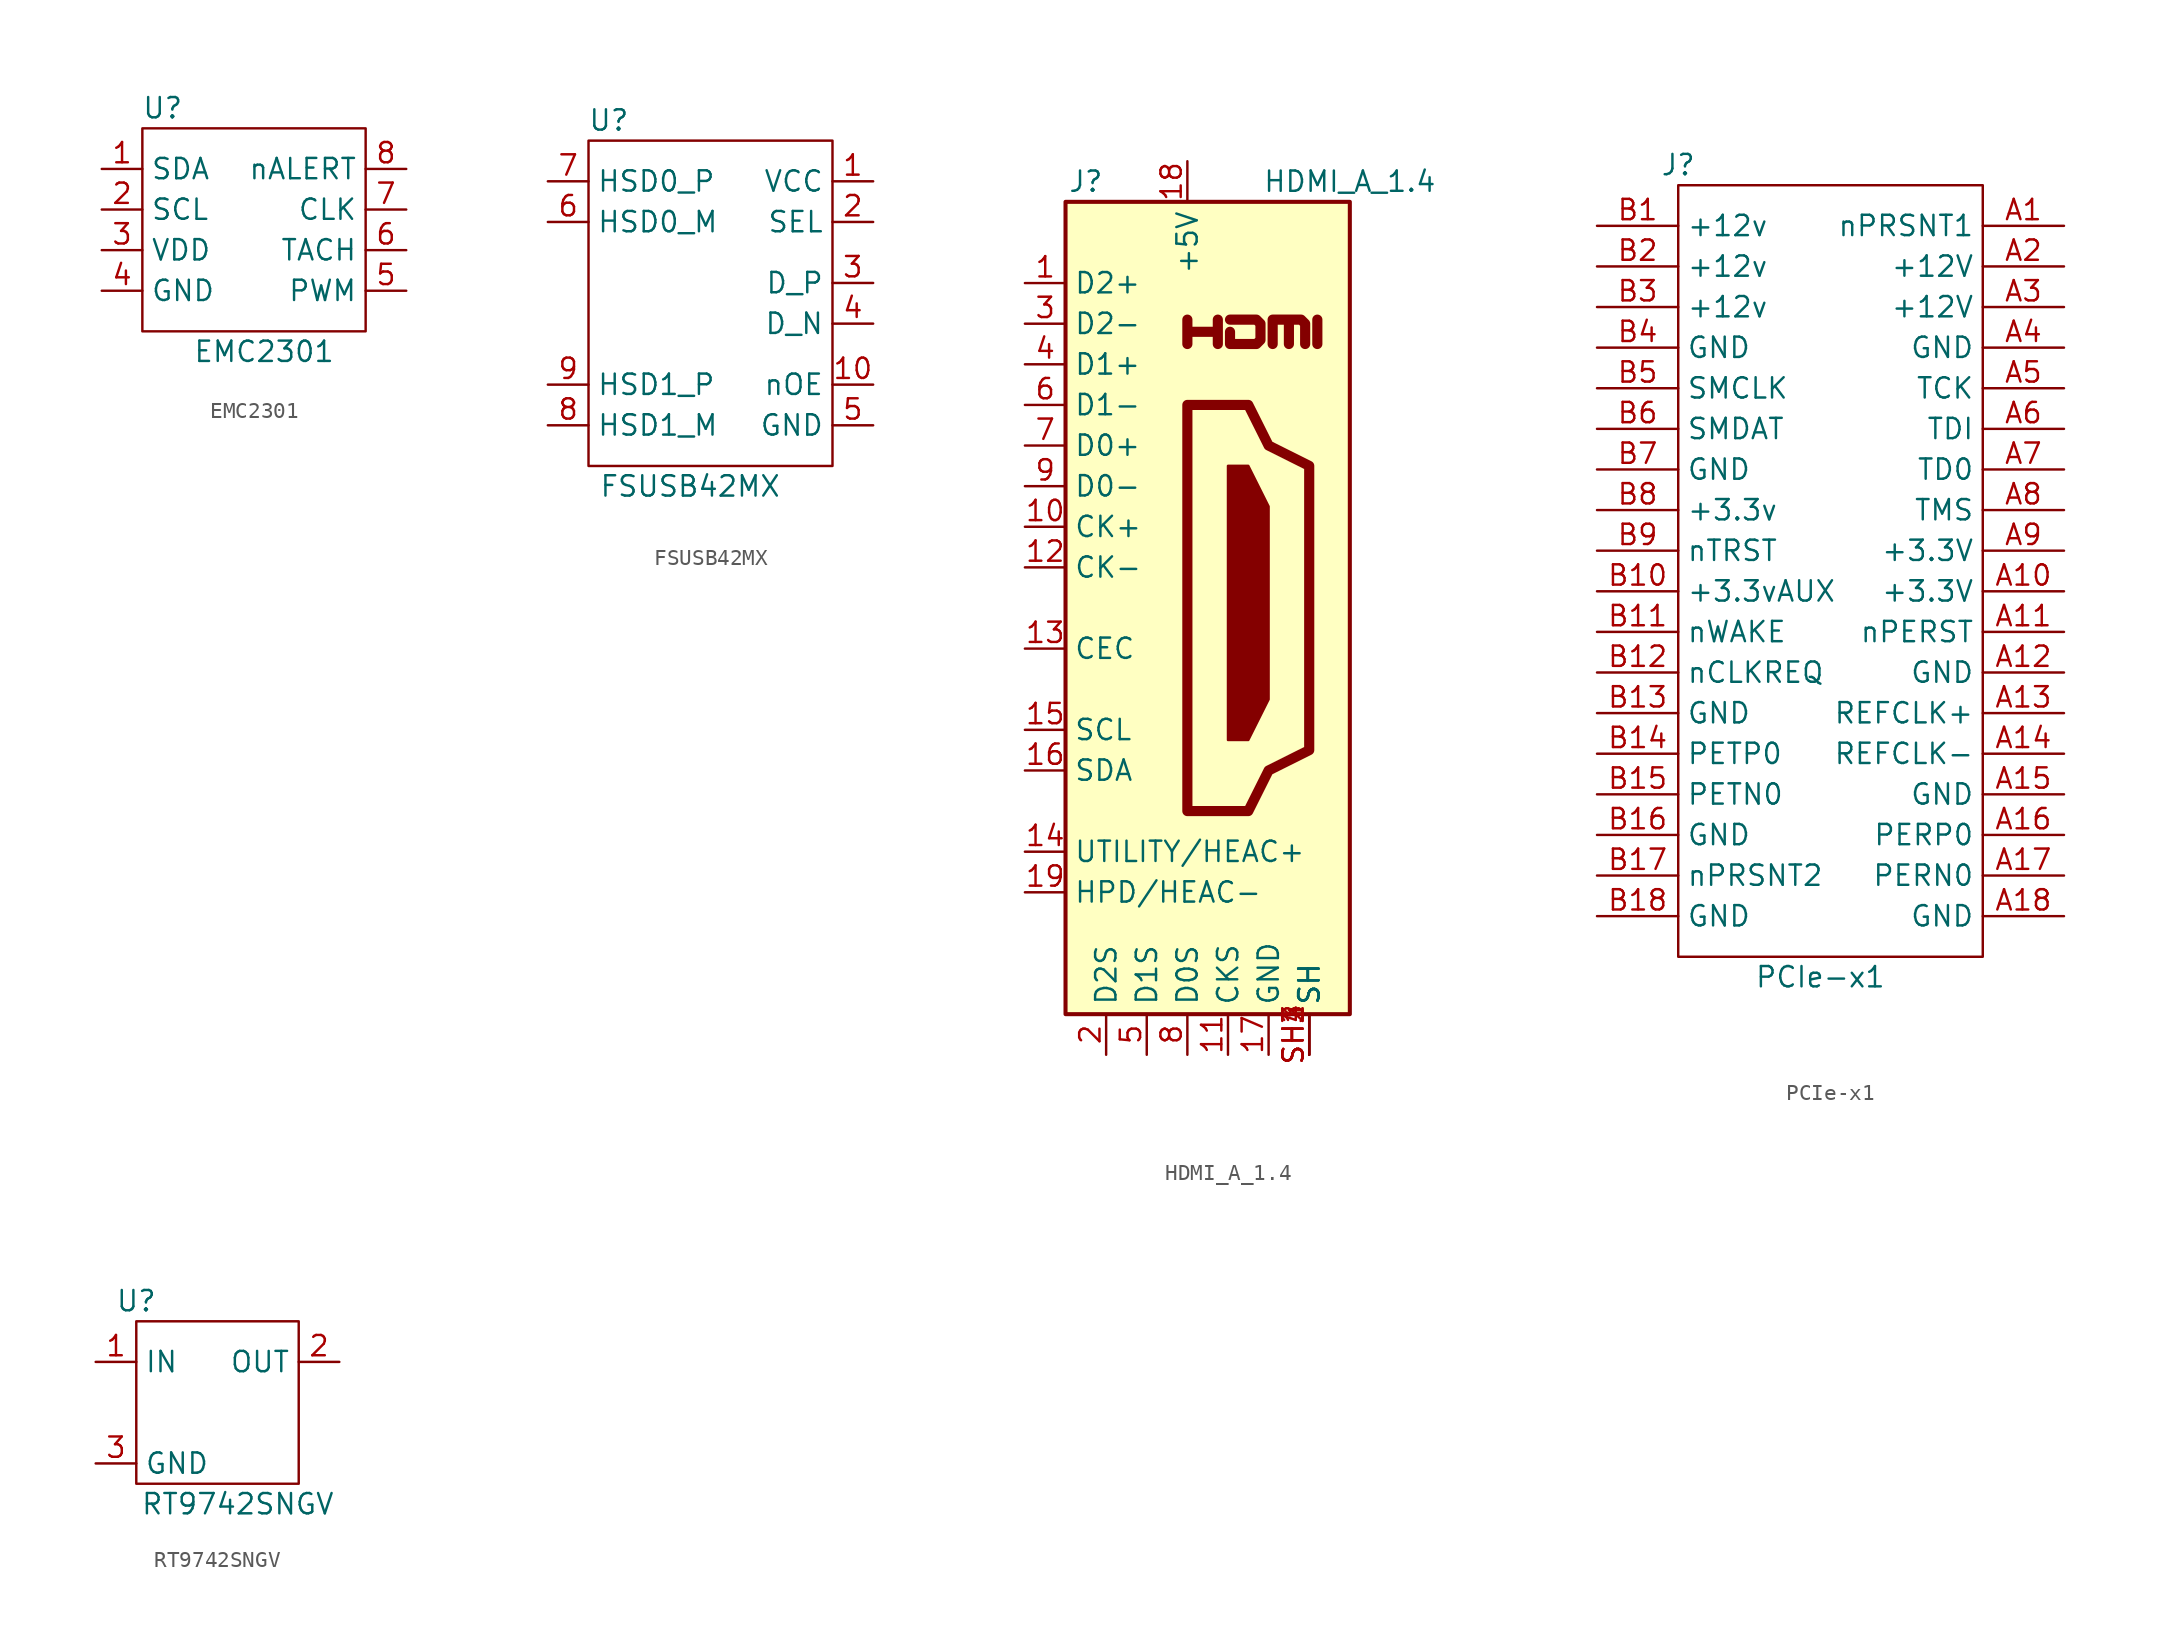
<source format=kicad_sym>
(kicad_symbol_lib
  (version 20201005)
  (generator kicad_symbol_editor)
  (symbol "AP3500:EMC2301"
    (property "Reference" "U"
      (at -7.62 13.97 0)
      (effects (font (size 1.27 1.27))))
    (property "Value" "EMC2301"
      (at -1.27 -1.27 0)
      (effects (font (size 1.27 1.27))))
    (symbol "EMC2301_0_1"
      (rectangle (start -8.89 12.7) (end 5.08 0) (stroke (width 0)) (fill (type none))))
    (symbol "EMC2301_0_0"
      (pin open_collector line (at -11.43 10.16 0) (length 2.54) (name "SDA" (effects (font (size 1.27 1.27)))) (number "1" (effects (font (size 1.27 1.27)))))
      (pin open_collector line (at -11.43 7.62 0) (length 2.54) (name "SCL" (effects (font (size 1.27 1.27)))) (number "2" (effects (font (size 1.27 1.27)))))
      (pin power_in line (at -11.43 5.08 0) (length 2.54) (name "VDD" (effects (font (size 1.27 1.27)))) (number "3" (effects (font (size 1.27 1.27)))))
      (pin power_in line (at -11.43 2.54 0) (length 2.54) (name "GND" (effects (font (size 1.27 1.27)))) (number "4" (effects (font (size 1.27 1.27)))))
      (pin output line (at 7.62 2.54 180) (length 2.54) (name "PWM" (effects (font (size 1.27 1.27)))) (number "5" (effects (font (size 1.27 1.27)))))
      (pin input line (at 7.62 5.08 180) (length 2.54) (name "TACH" (effects (font (size 1.27 1.27)))) (number "6" (effects (font (size 1.27 1.27)))))
      (pin input line (at 7.62 7.62 180) (length 2.54) (name "CLK" (effects (font (size 1.27 1.27)))) (number "7" (effects (font (size 1.27 1.27)))))
      (pin open_collector line (at 7.62 10.16 180) (length 2.54) (name "nALERT" (effects (font (size 1.27 1.27)))) (number "8" (effects (font (size 1.27 1.27)))))))
  (symbol "AP3500:FSUSB42MX"
    (property "Reference" "U"
      (at -7.62 20.32 0)
      (effects (font (size 1.27 1.27))))
    (property "Value" "FSUSB42MX"
      (at -2.54 -2.54 0)
      (effects (font (size 1.27 1.27))))
    (symbol "FSUSB42MX_0_1"
      (rectangle (start -8.89 19.05) (end 6.35 -1.27) (stroke (width 0)) (fill (type none))))
    (symbol "FSUSB42MX_0_0"
      (pin power_in line (at 8.89 16.51 180) (length 2.54) (name "VCC" (effects (font (size 1.27 1.27)))) (number "1" (effects (font (size 1.27 1.27)))))
      (pin input line (at 8.89 3.81 180) (length 2.54) (name "nOE" (effects (font (size 1.27 1.27)))) (number "10" (effects (font (size 1.27 1.27)))))
      (pin input line (at 8.89 13.97 180) (length 2.54) (name "SEL" (effects (font (size 1.27 1.27)))) (number "2" (effects (font (size 1.27 1.27)))))
      (pin bidirectional line (at 8.89 10.16 180) (length 2.54) (name "D_P" (effects (font (size 1.27 1.27)))) (number "3" (effects (font (size 1.27 1.27)))))
      (pin bidirectional line (at 8.89 7.62 180) (length 2.54) (name "D_N" (effects (font (size 1.27 1.27)))) (number "4" (effects (font (size 1.27 1.27)))))
      (pin power_in line (at 8.89 1.27 180) (length 2.54) (name "GND" (effects (font (size 1.27 1.27)))) (number "5" (effects (font (size 1.27 1.27)))))
      (pin bidirectional line (at -11.43 13.97 0) (length 2.54) (name "HSD0_M" (effects (font (size 1.27 1.27)))) (number "6" (effects (font (size 1.27 1.27)))))
      (pin bidirectional line (at -11.43 16.51 0) (length 2.54) (name "HSD0_P" (effects (font (size 1.27 1.27)))) (number "7" (effects (font (size 1.27 1.27)))))
      (pin bidirectional line (at -11.43 1.27 0) (length 2.54) (name "HSD1_M" (effects (font (size 1.27 1.27)))) (number "8" (effects (font (size 1.27 1.27)))))
      (pin bidirectional line (at -11.43 3.81 0) (length 2.54) (name "HSD1_P" (effects (font (size 1.27 1.27)))) (number "9" (effects (font (size 1.27 1.27)))))))
  (symbol "AP3500:HDMI_A_1.4"
    (property "Reference" "J"
      (at -6.35 26.67 0)
      (effects (font (size 1.27 1.27))))
    (property "Value" "HDMI_A_1.4"
      (at 10.16 26.67 0)
      (effects (font (size 1.27 1.27))))
    (symbol "HDMI_A_1.4_0_1"
      (rectangle (start -7.62 25.4) (end 10.16 -25.4) (stroke (width 0.254)) (fill (type background)))
      (polyline (pts (xy 2.54 8.89) (xy 3.81 8.89) (xy 5.08 6.35) (xy 5.08 -5.715) (xy 3.81 -8.255) (xy 2.54 -8.255) (xy 2.54 8.89)) (stroke (width 0)) (fill (type outline)))
      (polyline (pts (xy 5.334 16.51) (xy 5.334 18.034) (xy 6.35 18.034) (xy 6.35 16.51) (xy 6.35 18.034) (xy 7.112 18.034) (xy 7.366 17.78) (xy 7.366 16.51)) (stroke (width 0.635)) (fill (type none)))
      (polyline (pts (xy 0 12.7) (xy 0 -12.7) (xy 3.81 -12.7) (xy 5.08 -10.16) (xy 7.62 -8.89) (xy 7.62 8.89) (xy 5.08 10.16) (xy 3.81 12.7) (xy 0 12.7)) (stroke (width 0.635)) (fill (type none))))
    (symbol "HDMI_A_1.4_0_0"
      (polyline (pts (xy 8.128 16.51) (xy 8.128 18.034)) (stroke (width 0.635)) (fill (type none)))
      (polyline (pts (xy 0 16.51) (xy 0 18.034) (xy 0 17.272) (xy 1.905 17.272) (xy 1.905 18.034) (xy 1.905 16.51)) (stroke (width 0.635)) (fill (type none)))
      (polyline (pts (xy 2.667 18.034) (xy 4.318 18.034) (xy 4.572 17.78) (xy 4.572 16.764) (xy 4.318 16.51) (xy 2.667 16.51) (xy 2.667 17.272)) (stroke (width 0.635)) (fill (type none)))
      (pin passive line (at 7.62 -27.94 90) (length 2.54) (name "SH" (effects (font (size 1.27 1.27)))) (number "SH2" (effects (font (size 1.27 1.27)))))
      (pin passive line (at 7.62 -27.94 90) (length 2.54) (name "SH" (effects (font (size 1.27 1.27)))) (number "SH3" (effects (font (size 1.27 1.27)))))
      (pin passive line (at 7.62 -27.94 90) (length 2.54) (name "SH" (effects (font (size 1.27 1.27)))) (number "SH4" (effects (font (size 1.27 1.27))))))
    (symbol "HDMI_A_1.4_1_1"
      (pin passive line (at -10.16 20.32 0) (length 2.54) (name "D2+" (effects (font (size 1.27 1.27)))) (number "1" (effects (font (size 1.27 1.27)))))
      (pin passive line (at -10.16 5.08 0) (length 2.54) (name "CK+" (effects (font (size 1.27 1.27)))) (number "10" (effects (font (size 1.27 1.27)))))
      (pin power_in line (at 2.54 -27.94 90) (length 2.54) (name "CKS" (effects (font (size 1.27 1.27)))) (number "11" (effects (font (size 1.27 1.27)))))
      (pin passive line (at -10.16 2.54 0) (length 2.54) (name "CK-" (effects (font (size 1.27 1.27)))) (number "12" (effects (font (size 1.27 1.27)))))
      (pin bidirectional line (at -10.16 -2.54 0) (length 2.54) (name "CEC" (effects (font (size 1.27 1.27)))) (number "13" (effects (font (size 1.27 1.27)))))
      (pin passive line (at -10.16 -15.24 0) (length 2.54) (name "UTILITY/HEAC+" (effects (font (size 1.27 1.27)))) (number "14" (effects (font (size 1.27 1.27)))))
      (pin passive line (at -10.16 -7.62 0) (length 2.54) (name "SCL" (effects (font (size 1.27 1.27)))) (number "15" (effects (font (size 1.27 1.27)))))
      (pin bidirectional line (at -10.16 -10.16 0) (length 2.54) (name "SDA" (effects (font (size 1.27 1.27)))) (number "16" (effects (font (size 1.27 1.27)))))
      (pin power_in line (at 5.08 -27.94 90) (length 2.54) (name "GND" (effects (font (size 1.27 1.27)))) (number "17" (effects (font (size 1.27 1.27)))))
      (pin power_in line (at 0 27.94 270) (length 2.54) (name "+5V" (effects (font (size 1.27 1.27)))) (number "18" (effects (font (size 1.27 1.27)))))
      (pin passive line (at -10.16 -17.78 0) (length 2.54) (name "HPD/HEAC-" (effects (font (size 1.27 1.27)))) (number "19" (effects (font (size 1.27 1.27)))))
      (pin power_in line (at -5.08 -27.94 90) (length 2.54) (name "D2S" (effects (font (size 1.27 1.27)))) (number "2" (effects (font (size 1.27 1.27)))))
      (pin passive line (at -10.16 17.78 0) (length 2.54) (name "D2-" (effects (font (size 1.27 1.27)))) (number "3" (effects (font (size 1.27 1.27)))))
      (pin passive line (at -10.16 15.24 0) (length 2.54) (name "D1+" (effects (font (size 1.27 1.27)))) (number "4" (effects (font (size 1.27 1.27)))))
      (pin power_in line (at -2.54 -27.94 90) (length 2.54) (name "D1S" (effects (font (size 1.27 1.27)))) (number "5" (effects (font (size 1.27 1.27)))))
      (pin passive line (at -10.16 12.7 0) (length 2.54) (name "D1-" (effects (font (size 1.27 1.27)))) (number "6" (effects (font (size 1.27 1.27)))))
      (pin passive line (at -10.16 10.16 0) (length 2.54) (name "D0+" (effects (font (size 1.27 1.27)))) (number "7" (effects (font (size 1.27 1.27)))))
      (pin power_in line (at 0 -27.94 90) (length 2.54) (name "D0S" (effects (font (size 1.27 1.27)))) (number "8" (effects (font (size 1.27 1.27)))))
      (pin passive line (at -10.16 7.62 0) (length 2.54) (name "D0-" (effects (font (size 1.27 1.27)))) (number "9" (effects (font (size 1.27 1.27)))))
      (pin passive line (at 7.62 -27.94 90) (length 2.54) (name "SH" (effects (font (size 1.27 1.27)))) (number "SH1" (effects (font (size 1.27 1.27)))))))
  (symbol "AP3500:PCIe-x1"
    (property "Reference" "J"
      (at -13.97 36.83 0)
      (effects (font (size 1.27 1.27))))
    (property "Value" "PCIe-x1"
      (at -5.08 -13.97 0)
      (effects (font (size 1.27 1.27))))
    (symbol "PCIe-x1_0_1"
      (rectangle (start -13.97 35.56) (end 5.08 -12.7) (stroke (width 0)) (fill (type none))))
    (symbol "PCIe-x1_0_0"
      (pin passive line (at 10.16 33.02 180) (length 5.08) (name "nPRSNT1" (effects (font (size 1.27 1.27)))) (number "A1" (effects (font (size 1.27 1.27)))))
      (pin power_in line (at 10.16 10.16 180) (length 5.08) (name "+3.3V" (effects (font (size 1.27 1.27)))) (number "A10" (effects (font (size 1.27 1.27)))))
      (pin input line (at 10.16 7.62 180) (length 5.08) (name "nPERST" (effects (font (size 1.27 1.27)))) (number "A11" (effects (font (size 1.27 1.27)))))
      (pin power_in line (at 10.16 5.08 180) (length 5.08) (name "GND" (effects (font (size 1.27 1.27)))) (number "A12" (effects (font (size 1.27 1.27)))))
      (pin input line (at 10.16 2.54 180) (length 5.08) (name "REFCLK+" (effects (font (size 1.27 1.27)))) (number "A13" (effects (font (size 1.27 1.27)))))
      (pin input line (at 10.16 0 180) (length 5.08) (name "REFCLK-" (effects (font (size 1.27 1.27)))) (number "A14" (effects (font (size 1.27 1.27)))))
      (pin power_in line (at 10.16 -2.54 180) (length 5.08) (name "GND" (effects (font (size 1.27 1.27)))) (number "A15" (effects (font (size 1.27 1.27)))))
      (pin output line (at 10.16 -5.08 180) (length 5.08) (name "PERP0" (effects (font (size 1.27 1.27)))) (number "A16" (effects (font (size 1.27 1.27)))))
      (pin output line (at 10.16 -7.62 180) (length 5.08) (name "PERN0" (effects (font (size 1.27 1.27)))) (number "A17" (effects (font (size 1.27 1.27)))))
      (pin power_in line (at 10.16 -10.16 180) (length 5.08) (name "GND" (effects (font (size 1.27 1.27)))) (number "A18" (effects (font (size 1.27 1.27)))))
      (pin power_in line (at 10.16 30.48 180) (length 5.08) (name "+12V" (effects (font (size 1.27 1.27)))) (number "A2" (effects (font (size 1.27 1.27)))))
      (pin power_in line (at 10.16 27.94 180) (length 5.08) (name "+12V" (effects (font (size 1.27 1.27)))) (number "A3" (effects (font (size 1.27 1.27)))))
      (pin power_in line (at 10.16 25.4 180) (length 5.08) (name "GND" (effects (font (size 1.27 1.27)))) (number "A4" (effects (font (size 1.27 1.27)))))
      (pin input line (at 10.16 22.86 180) (length 5.08) (name "TCK" (effects (font (size 1.27 1.27)))) (number "A5" (effects (font (size 1.27 1.27)))))
      (pin input line (at 10.16 20.32 180) (length 5.08) (name "TDI" (effects (font (size 1.27 1.27)))) (number "A6" (effects (font (size 1.27 1.27)))))
      (pin output line (at 10.16 17.78 180) (length 5.08) (name "TD0" (effects (font (size 1.27 1.27)))) (number "A7" (effects (font (size 1.27 1.27)))))
      (pin input line (at 10.16 15.24 180) (length 5.08) (name "TMS" (effects (font (size 1.27 1.27)))) (number "A8" (effects (font (size 1.27 1.27)))))
      (pin power_in line (at 10.16 12.7 180) (length 5.08) (name "+3.3V" (effects (font (size 1.27 1.27)))) (number "A9" (effects (font (size 1.27 1.27)))))
      (pin power_in line (at -19.05 33.02 0) (length 5.08) (name "+12v" (effects (font (size 1.27 1.27)))) (number "B1" (effects (font (size 1.27 1.27)))))
      (pin power_in line (at -19.05 10.16 0) (length 5.08) (name "+3.3vAUX" (effects (font (size 1.27 1.27)))) (number "B10" (effects (font (size 1.27 1.27)))))
      (pin open_collector line (at -19.05 7.62 0) (length 5.08) (name "nWAKE" (effects (font (size 1.27 1.27)))) (number "B11" (effects (font (size 1.27 1.27)))))
      (pin open_collector line (at -19.05 5.08 0) (length 5.08) (name "nCLKREQ" (effects (font (size 1.27 1.27)))) (number "B12" (effects (font (size 1.27 1.27)))))
      (pin power_in line (at -19.05 2.54 0) (length 5.08) (name "GND" (effects (font (size 1.27 1.27)))) (number "B13" (effects (font (size 1.27 1.27)))))
      (pin input line (at -19.05 0 0) (length 5.08) (name "PETP0" (effects (font (size 1.27 1.27)))) (number "B14" (effects (font (size 1.27 1.27)))))
      (pin input line (at -19.05 -2.54 0) (length 5.08) (name "PETN0" (effects (font (size 1.27 1.27)))) (number "B15" (effects (font (size 1.27 1.27)))))
      (pin power_in line (at -19.05 -5.08 0) (length 5.08) (name "GND" (effects (font (size 1.27 1.27)))) (number "B16" (effects (font (size 1.27 1.27)))))
      (pin passive line (at -19.05 -7.62 0) (length 5.08) (name "nPRSNT2" (effects (font (size 1.27 1.27)))) (number "B17" (effects (font (size 1.27 1.27)))))
      (pin power_in line (at -19.05 -10.16 0) (length 5.08) (name "GND" (effects (font (size 1.27 1.27)))) (number "B18" (effects (font (size 1.27 1.27)))))
      (pin power_in line (at -19.05 30.48 0) (length 5.08) (name "+12v" (effects (font (size 1.27 1.27)))) (number "B2" (effects (font (size 1.27 1.27)))))
      (pin power_in line (at -19.05 27.94 0) (length 5.08) (name "+12v" (effects (font (size 1.27 1.27)))) (number "B3" (effects (font (size 1.27 1.27)))))
      (pin power_in line (at -19.05 25.4 0) (length 5.08) (name "GND" (effects (font (size 1.27 1.27)))) (number "B4" (effects (font (size 1.27 1.27)))))
      (pin passive line (at -19.05 22.86 0) (length 5.08) (name "SMCLK" (effects (font (size 1.27 1.27)))) (number "B5" (effects (font (size 1.27 1.27)))))
      (pin passive line (at -19.05 20.32 0) (length 5.08) (name "SMDAT" (effects (font (size 1.27 1.27)))) (number "B6" (effects (font (size 1.27 1.27)))))
      (pin power_in line (at -19.05 17.78 0) (length 5.08) (name "GND" (effects (font (size 1.27 1.27)))) (number "B7" (effects (font (size 1.27 1.27)))))
      (pin power_in line (at -19.05 15.24 0) (length 5.08) (name "+3.3v" (effects (font (size 1.27 1.27)))) (number "B8" (effects (font (size 1.27 1.27)))))
      (pin input line (at -19.05 12.7 0) (length 5.08) (name "nTRST" (effects (font (size 1.27 1.27)))) (number "B9" (effects (font (size 1.27 1.27)))))))
  (symbol "AP3500:RT9742SNGV"
    (property "Reference" "U"
      (at -2.54 7.62 0)
      (effects (font (size 1.27 1.27))))
    (property "Value" "RT9742SNGV"
      (at 3.81 -5.08 0)
      (effects (font (size 1.27 1.27))))
    (symbol "RT9742SNGV_0_1"
      (rectangle (start -2.54 6.35) (end 7.62 -3.81) (stroke (width 0)) (fill (type none))))
    (symbol "RT9742SNGV_1_1"
      (pin power_in line (at -5.08 3.81 0) (length 2.54) (name "IN" (effects (font (size 1.27 1.27)))) (number "1" (effects (font (size 1.27 1.27)))))
      (pin power_in line (at 10.16 3.81 180) (length 2.54) (name "OUT" (effects (font (size 1.27 1.27)))) (number "2" (effects (font (size 1.27 1.27)))))
      (pin power_in line (at -5.08 -2.54 0) (length 2.54) (name "GND" (effects (font (size 1.27 1.27)))) (number "3" (effects (font (size 1.27 1.27))))))))
</source>
